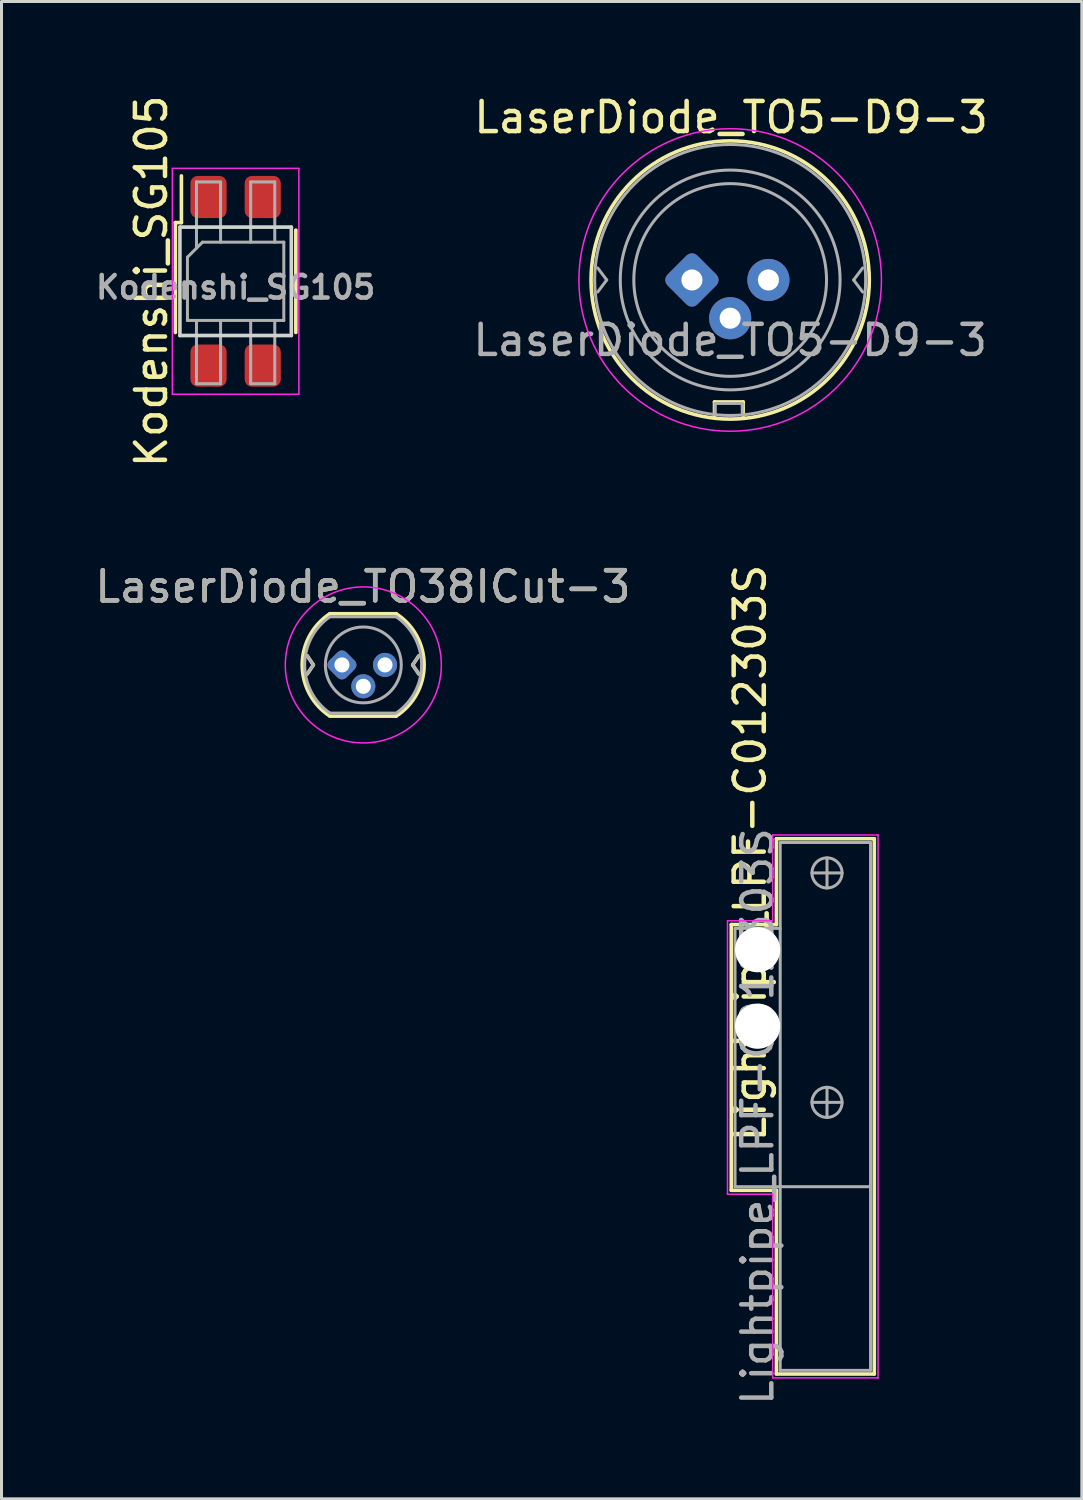
<source format=kicad_pcb>
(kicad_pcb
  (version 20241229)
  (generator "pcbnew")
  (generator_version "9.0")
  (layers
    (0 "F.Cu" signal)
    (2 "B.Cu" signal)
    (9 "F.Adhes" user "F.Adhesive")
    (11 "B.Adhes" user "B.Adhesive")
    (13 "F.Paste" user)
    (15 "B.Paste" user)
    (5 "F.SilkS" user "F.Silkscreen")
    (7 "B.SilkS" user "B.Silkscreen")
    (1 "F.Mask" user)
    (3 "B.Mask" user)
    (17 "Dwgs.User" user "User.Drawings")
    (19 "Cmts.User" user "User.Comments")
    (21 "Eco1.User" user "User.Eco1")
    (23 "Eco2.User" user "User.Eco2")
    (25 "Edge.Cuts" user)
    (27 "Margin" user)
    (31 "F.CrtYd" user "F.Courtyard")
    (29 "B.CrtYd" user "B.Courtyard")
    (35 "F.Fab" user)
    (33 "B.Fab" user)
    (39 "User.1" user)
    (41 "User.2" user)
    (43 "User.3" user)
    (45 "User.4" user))
  (footprint "Kodenshi_SG105"
    (layer "F.Cu")
    (at 4.775 6.292)
    (property "Reference" "Kodenshi_SG105" (at -2.8 0 90) (layer "F.SilkS") (effects (font (size 1 1) (thickness 0.15))))
    (attr smd)
    (fp_line (start -2 -1.95) (end -1.8 -1.95) (stroke (width 0.12) (type solid)) (layer "F.SilkS"))
    (fp_line (start -2 1.7) (end -2 -1.95) (stroke (width 0.12) (type solid)) (layer "F.SilkS"))
    (fp_line (start -1.8 -1.95) (end -1.8 -3.5) (stroke (width 0.12) (type solid)) (layer "F.SilkS"))
    (fp_line (start 2 1.7) (end 2 -1.7) (stroke (width 0.12) (type solid)) (layer "F.SilkS"))
    (fp_line (start -1.85 -1.8) (end 1.85 -1.8) (stroke (width 0.12) (type solid)) (layer "Edge.Cuts"))
    (fp_line (start -1.85 1.8) (end -1.85 -1.8) (stroke (width 0.12) (type solid)) (layer "Edge.Cuts"))
    (fp_line (start 1.85 -1.8) (end 1.85 1.8) (stroke (width 0.12) (type solid)) (layer "Edge.Cuts"))
    (fp_line (start 1.85 1.8) (end -1.85 1.8) (stroke (width 0.12) (type solid)) (layer "Edge.Cuts"))
    (fp_line (start -2.1 -3.75) (end -2.1 3.75) (stroke (width 0.05) (type solid)) (layer "F.CrtYd"))
    (fp_line (start -2.1 -3.75) (end 2.1 -3.75) (stroke (width 0.05) (type solid)) (layer "F.CrtYd"))
    (fp_line (start 2.1 3.75) (end -2.1 3.75) (stroke (width 0.05) (type solid)) (layer "F.CrtYd"))
    (fp_line (start 2.1 3.75) (end 2.1 -3.75) (stroke (width 0.05) (type solid)) (layer "F.CrtYd"))
    (fp_line (start -1.6 -0.8) (end -1.1 -1.3) (stroke (width 0.1) (type solid)) (layer "F.Fab"))
    (fp_line (start -1.6 1.3) (end -1.6 -0.8) (stroke (width 0.1) (type solid)) (layer "F.Fab"))
    (fp_line (start -1.3 -3.3) (end -1.3 -1.1) (stroke (width 0.1) (type solid)) (layer "F.Fab"))
    (fp_line (start -1.3 -3.3) (end -0.5 -3.3) (stroke (width 0.1) (type solid)) (layer "F.Fab"))
    (fp_line (start -1.3 3.4) (end -1.3 1.3) (stroke (width 0.1) (type solid)) (layer "F.Fab"))
    (fp_line (start -1.1 -1.3) (end 1.6 -1.3) (stroke (width 0.1) (type solid)) (layer "F.Fab"))
    (fp_line (start -0.5 -3.3) (end -0.5 -1.3) (stroke (width 0.1) (type solid)) (layer "F.Fab"))
    (fp_line (start -0.5 1.3) (end -0.5 3.4) (stroke (width 0.1) (type solid)) (layer "F.Fab"))
    (fp_line (start -0.5 3.4) (end -1.3 3.4) (stroke (width 0.1) (type solid)) (layer "F.Fab"))
    (fp_line (start 0.5 -3.3) (end 1.3 -3.3) (stroke (width 0.1) (type solid)) (layer "F.Fab"))
    (fp_line (start 0.5 -1.3) (end 0.5 -3.3) (stroke (width 0.1) (type solid)) (layer "F.Fab"))
    (fp_line (start 0.5 1.3) (end 0.5 3.4) (stroke (width 0.1) (type solid)) (layer "F.Fab"))
    (fp_line (start 0.5 3.4) (end 1.3 3.4) (stroke (width 0.1) (type solid)) (layer "F.Fab"))
    (fp_line (start 1.3 -3.3) (end 1.3 -1.3) (stroke (width 0.1) (type solid)) (layer "F.Fab"))
    (fp_line (start 1.3 3.4) (end 1.3 1.3) (stroke (width 0.1) (type solid)) (layer "F.Fab"))
    (fp_line (start 1.6 -1.3) (end 1.6 1.3) (stroke (width 0.1) (type solid)) (layer "F.Fab"))
    (fp_line (start 1.6 1.3) (end -1.6 1.3) (stroke (width 0.1) (type solid)) (layer "F.Fab"))
    (fp_text user "${REFERENCE}" (at 0 0.2 0) (layer "F.Fab") (effects (font (size 0.75 0.75) (thickness 0.15))))
    (pad "1" smd roundrect (at -0.9 -2.8) (size 1.2 1.4) (layers "F.Cu" "F.Mask" "F.Paste") (roundrect_rratio 0.2))
    (pad "2" smd roundrect (at -0.9 2.8) (size 1.2 1.4) (layers "F.Cu" "F.Mask" "F.Paste") (roundrect_rratio 0.2))
    (pad "3" smd roundrect (at 0.9 2.8) (size 1.2 1.4) (layers "F.Cu" "F.Mask" "F.Paste") (roundrect_rratio 0.2))
    (pad "4" smd roundrect (at 0.9 -2.8) (size 1.2 1.4) (layers "F.Cu" "F.Mask" "F.Paste") (roundrect_rratio 0.2)))
  (footprint "LaserDiode_TO5-D9-3"
    (layer "F.Cu")
    (at 19.929 6.248)
    (property "Reference" "LaserDiode_TO5-D9-3" (at 1.3 -5.4 0) (layer "F.SilkS") (effects (font (size 1 1) (thickness 0.15))))
    (attr through_hole)
    (fp_line (start 0.75 4.05) (end 1.7 4.05) (stroke (width 0.12) (type solid)) (layer "F.SilkS"))
    (fp_line (start 0.75 4.55) (end 0.75 4.05) (stroke (width 0.12) (type solid)) (layer "F.SilkS"))
    (fp_line (start 1.7 4.05) (end 1.7 4.55) (stroke (width 0.12) (type solid)) (layer "F.SilkS"))
    (fp_circle (center 1.27 0) (end -3.35 0) (stroke (width 0.12) (type solid)) (fill no) (layer "F.SilkS"))
    (fp_circle (center 1.27 0) (end 5.4 2.86) (stroke (width 0.05) (type solid)) (fill no) (layer "F.CrtYd"))
    (fp_line (start -2.83 0) (end -3.13 -0.4) (stroke (width 0.1) (type solid)) (layer "F.Fab"))
    (fp_line (start -2.83 0) (end -3.13 0.4) (stroke (width 0.1) (type solid)) (layer "F.Fab"))
    (fp_line (start 0.77 4.1) (end 1.67 4.1) (stroke (width 0.1) (type solid)) (layer "F.Fab"))
    (fp_line (start 0.77 4.4) (end 0.77 4.1) (stroke (width 0.1) (type solid)) (layer "F.Fab"))
    (fp_line (start 1.67 4.1) (end 1.67 4.4) (stroke (width 0.1) (type solid)) (layer "F.Fab"))
    (fp_line (start 5.37 0) (end 5.67 0.4) (stroke (width 0.1) (type solid)) (layer "F.Fab"))
    (fp_line (start 5.67 -0.4) (end 5.37 0) (stroke (width 0.1) (type solid)) (layer "F.Fab"))
    (fp_circle (center 1.27 0) (end -3.23 0) (stroke (width 0.1) (type solid)) (fill no) (layer "F.Fab"))
    (fp_circle (center 1.27 0) (end 4.47 0) (stroke (width 0.1) (type solid)) (fill no) (layer "F.Fab"))
    (fp_circle (center 1.27 0) (end 4.92 0) (stroke (width 0.1) (type solid)) (fill no) (layer "F.Fab"))
    (fp_text user "${REFERENCE}" (at 1.27 2 0) (layer "F.Fab") (effects (font (size 1 1) (thickness 0.15))))
    (pad "1" thru_hole roundrect (at 0 0 45) (size 1.4 1.4) (drill 0.7) (layers "*.Cu" "*.Mask") (roundrect_rratio 0.178))
    (pad "2" thru_hole circle (at 1.27 1.27) (size 1.4 1.4) (drill 0.7) (layers "*.Cu" "*.Mask"))
    (pad "3" thru_hole circle (at 2.54 0) (size 1.4 1.4) (drill 0.7) (layers "*.Cu" "*.Mask")))
  (footprint "Lightpipe_LPF-C012303S"
    (layer "F.Cu")
    (at 22.11 31.03)
    (property "Reference" "Lightpipe_LPF-C012303S" (at -0.25 -5.75 270) (layer "F.SilkS") (effects (font (size 1 1) (thickness 0.15))))
    (attr through_hole)
    (fp_line (start -0.875 -3.375) (end -0.875 5.45) (stroke (width 0.12) (type solid)) (layer "F.SilkS"))
    (fp_line (start -0.875 5.45) (end 0.625 5.45) (stroke (width 0.12) (type solid)) (layer "F.SilkS"))
    (fp_line (start 0.625 -6.225) (end 0.625 -3.375) (stroke (width 0.12) (type solid)) (layer "F.SilkS"))
    (fp_line (start 0.625 -3.375) (end -0.875 -3.375) (stroke (width 0.12) (type solid)) (layer "F.SilkS"))
    (fp_line (start 0.625 5.45) (end 0.625 11.55) (stroke (width 0.12) (type solid)) (layer "F.SilkS"))
    (fp_line (start 0.625 11.55) (end 3.875 11.55) (stroke (width 0.12) (type solid)) (layer "F.SilkS"))
    (fp_line (start 3.875 -6.225) (end 0.625 -6.225) (stroke (width 0.12) (type solid)) (layer "F.SilkS"))
    (fp_line (start 3.875 11.55) (end 3.875 -6.225) (stroke (width 0.12) (type solid)) (layer "F.SilkS"))
    (fp_line (start -1 -3.5) (end -1 5.58) (stroke (width 0.05) (type solid)) (layer "F.CrtYd"))
    (fp_line (start -1 5.58) (end 0.5 5.58) (stroke (width 0.05) (type solid)) (layer "F.CrtYd"))
    (fp_line (start 0.5 -6.35) (end 0.5 -3.5) (stroke (width 0.05) (type solid)) (layer "F.CrtYd"))
    (fp_line (start 0.5 -3.5) (end -1 -3.5) (stroke (width 0.05) (type solid)) (layer "F.CrtYd"))
    (fp_line (start 0.5 5.58) (end 0.5 11.68) (stroke (width 0.05) (type solid)) (layer "F.CrtYd"))
    (fp_line (start 0.5 11.68) (end 4 11.68) (stroke (width 0.05) (type solid)) (layer "F.CrtYd"))
    (fp_line (start 4 -6.35) (end 0.5 -6.35) (stroke (width 0.05) (type solid)) (layer "F.CrtYd"))
    (fp_line (start 4 11.68) (end 4 -6.35) (stroke (width 0.05) (type solid)) (layer "F.CrtYd"))
    (fp_line (start -0.75 -3.25) (end -0.75 5.33) (stroke (width 0.1) (type solid)) (layer "F.Fab"))
    (fp_line (start -0.75 -3.25) (end 0.75 -3.25) (stroke (width 0.1) (type solid)) (layer "F.Fab"))
    (fp_line (start -0.75 5.33) (end 3.75 5.33) (stroke (width 0.1) (type solid)) (layer "F.Fab"))
    (fp_line (start 0.75 -6.1) (end 0.75 11.43) (stroke (width 0.1) (type solid)) (layer "F.Fab"))
    (fp_line (start 0.75 -6.1) (end 3.75 -6.1) (stroke (width 0.1) (type solid)) (layer "F.Fab"))
    (fp_line (start 0.75 11.43) (end 3.75 11.43) (stroke (width 0.1) (type solid)) (layer "F.Fab"))
    (fp_line (start 1.805 -5.09) (end 2.805 -5.09) (stroke (width 0.1) (type solid)) (layer "F.Fab"))
    (fp_line (start 1.805 2.53) (end 2.805 2.53) (stroke (width 0.1) (type solid)) (layer "F.Fab"))
    (fp_line (start 2.305 -4.59) (end 2.305 -5.59) (stroke (width 0.1) (type solid)) (layer "F.Fab"))
    (fp_line (start 2.305 3.03) (end 2.305 2.03) (stroke (width 0.1) (type solid)) (layer "F.Fab"))
    (fp_line (start 3.75 -6.1) (end 3.75 11.43) (stroke (width 0.1) (type solid)) (layer "F.Fab"))
    (fp_circle (center 2.305 -5.09) (end 2.805 -5.09) (stroke (width 0.1) (type solid)) (fill no) (layer "F.Fab"))
    (fp_circle (center 2.305 2.53) (end 2.805 2.53) (stroke (width 0.1) (type solid)) (fill no) (layer "F.Fab"))
    (fp_text user "${REFERENCE}" (at 0 3 90) (layer "F.Fab") (effects (font (size 1 1) (thickness 0.15))))
    (pad "" np_thru_hole circle (at 0 -2.54) (size 1.5 1.5) (drill 1.5) (layers "*.Cu" "*.Mask"))
    (pad "" np_thru_hole circle (at 0 0) (size 1.5 1.5) (drill 1.5) (layers "*.Cu" "*.Mask")))
  (footprint "LaserDiode_TO38ICut-3"
    (layer "F.Cu")
    (at 8.306 19.032)
    (property "Reference" "LaserDiode_TO38ICut-3" (at 0.7 -2.6 0) (layer "F.SilkS") (effects (font (size 1 1) (thickness 0.15))))
    (attr through_hole)
    (fp_line (start -1.15 -0.3) (end -0.95 0) (stroke (width 0.12) (type solid)) (layer "F.SilkS"))
    (fp_line (start -0.95 0) (end -1.15 0.3) (stroke (width 0.12) (type solid)) (layer "F.SilkS"))
    (fp_line (start -0.4 1.7) (end 1.8 1.7) (stroke (width 0.12) (type solid)) (layer "F.SilkS"))
    (fp_line (start 1.8 -1.7) (end -0.4 -1.7) (stroke (width 0.12) (type solid)) (layer "F.SilkS"))
    (fp_line (start 2.35 0) (end 2.55 0.3) (stroke (width 0.12) (type solid)) (layer "F.SilkS"))
    (fp_line (start 2.55 -0.3) (end 2.35 0) (stroke (width 0.12) (type solid)) (layer "F.SilkS"))
    (fp_arc (start -0.4 1.7) (mid -1.320296 0) (end -0.4 -1.7) (stroke (width 0.12) (type solid)) (layer "F.SilkS"))
    (fp_arc (start 1.8 -1.7) (mid 2.729422 0.005888) (end 1.790069 1.706327) (stroke (width 0.12) (type solid)) (layer "F.SilkS"))
    (fp_circle (center 0.71 0) (end 3.1 1) (stroke (width 0.05) (type solid)) (fill no) (layer "F.CrtYd"))
    (fp_line (start -1.15 -0.3) (end -0.95 0) (stroke (width 0.1) (type solid)) (layer "F.Fab"))
    (fp_line (start -0.95 0) (end -1.15 0.3) (stroke (width 0.1) (type solid)) (layer "F.Fab"))
    (fp_line (start -0.4 1.6) (end 1.8 1.6) (stroke (width 0.1) (type solid)) (layer "F.Fab"))
    (fp_line (start 1.8 -1.6) (end -0.4 -1.6) (stroke (width 0.1) (type solid)) (layer "F.Fab"))
    (fp_line (start 2.35 0) (end 2.55 0.3) (stroke (width 0.1) (type solid)) (layer "F.Fab"))
    (fp_line (start 2.55 -0.3) (end 2.35 0) (stroke (width 0.1) (type solid)) (layer "F.Fab"))
    (fp_arc (start -0.4 1.6) (mid -1.237313 0.008464) (end -0.413866 -1.590291) (stroke (width 0.1) (type solid)) (layer "F.Fab"))
    (fp_arc (start 1.8 -1.6) (mid 2.645842 -0.024847) (end 1.840706 1.571497) (stroke (width 0.1) (type solid)) (layer "F.Fab"))
    (fp_circle (center 0.71 0) (end 1.97 0) (stroke (width 0.1) (type solid)) (fill no) (layer "F.Fab"))
    (fp_text user "${REFERENCE}" (at 0.7 -2.6 0) (layer "F.Fab") (effects (font (size 1 1) (thickness 0.15))))
    (pad "1" thru_hole roundrect (at 0 0 45) (size 0.8 0.8) (drill 0.5) (layers "*.Cu" "*.Mask") (roundrect_rratio 0.25))
    (pad "2" thru_hole circle (at 0.71 0.71) (size 0.8 0.8) (drill 0.5) (layers "*.Cu" "*.Mask"))
    (pad "3" thru_hole circle (at 1.43 0) (size 0.8 0.8) (drill 0.5) (layers "*.Cu" "*.Mask")))
  (gr_rect
    (start -3 -3)
    (end 32.878 46.726)
    (stroke (width 0.1) (type default))
    (fill no)
    (layer "Edge.Cuts")))
</source>
